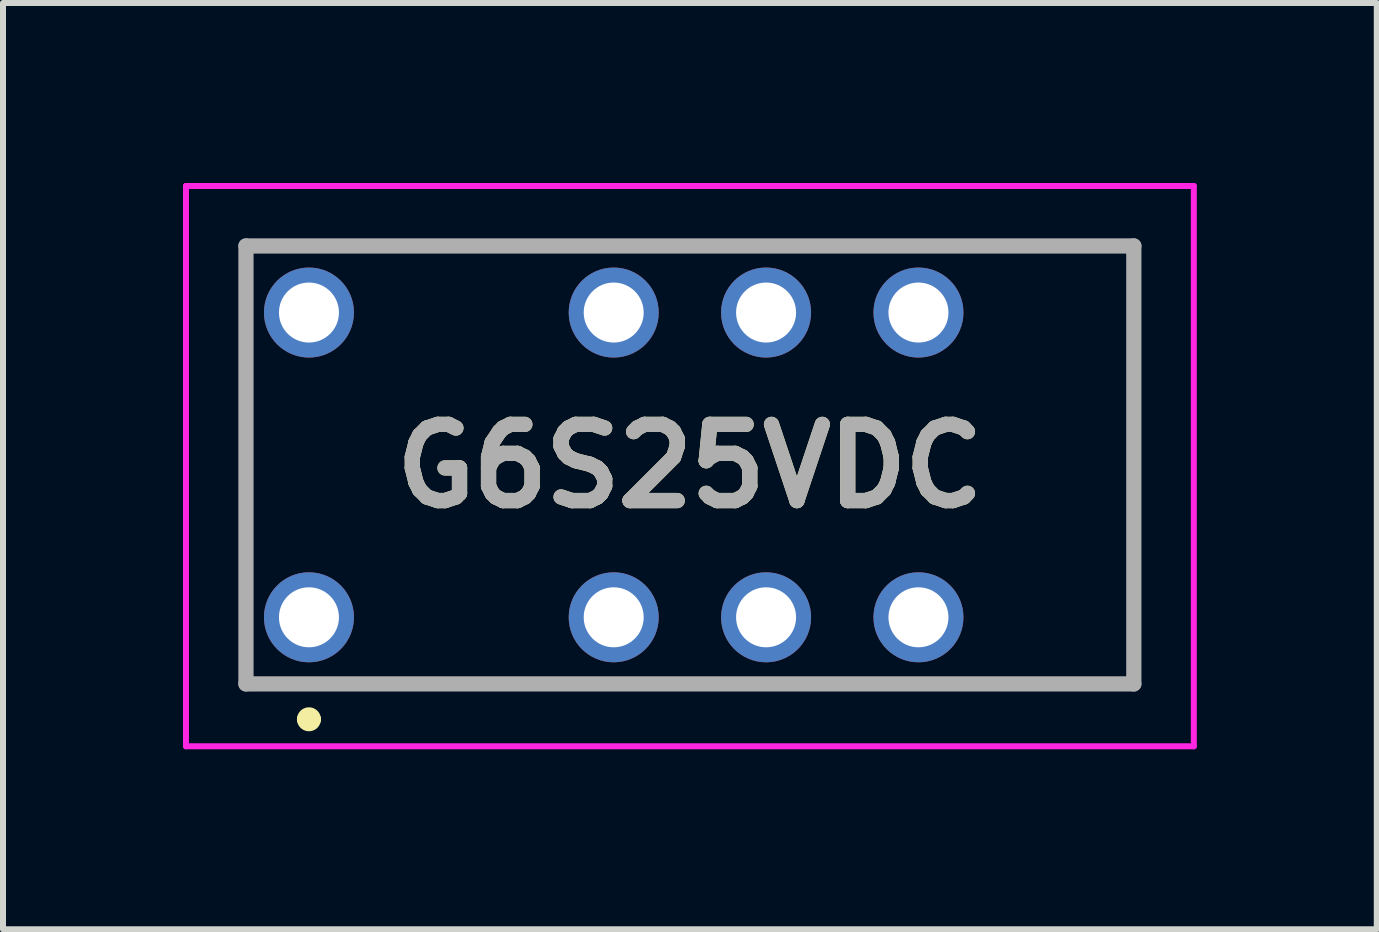
<source format=kicad_pcb>
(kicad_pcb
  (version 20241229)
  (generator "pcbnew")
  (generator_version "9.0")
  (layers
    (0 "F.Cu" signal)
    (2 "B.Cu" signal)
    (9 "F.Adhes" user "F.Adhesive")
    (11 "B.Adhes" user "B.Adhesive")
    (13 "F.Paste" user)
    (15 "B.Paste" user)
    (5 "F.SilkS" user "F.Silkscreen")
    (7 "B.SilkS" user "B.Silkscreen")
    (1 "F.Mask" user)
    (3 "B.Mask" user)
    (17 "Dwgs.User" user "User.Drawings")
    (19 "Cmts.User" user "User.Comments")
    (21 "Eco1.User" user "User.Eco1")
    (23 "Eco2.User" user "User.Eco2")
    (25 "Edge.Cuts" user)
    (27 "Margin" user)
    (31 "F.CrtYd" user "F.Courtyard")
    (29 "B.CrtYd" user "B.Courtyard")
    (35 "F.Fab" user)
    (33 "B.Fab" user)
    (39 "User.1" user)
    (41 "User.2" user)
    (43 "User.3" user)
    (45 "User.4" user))
  (footprint "G6S25VDC"
    (layer "F.Cu")
    (at 2.1 7.24)
    (property "Reference" "G6S25VDC" (at 6.35 -2.52 0) (layer "F.SilkS") (effects (font (size 1.27 1.27) (thickness 0.254))))
    (attr through_hole)
    (fp_line (start -1.05 -6.19) (end 13.75 -6.19) (stroke (width 0.1) (type solid)) (layer "F.SilkS"))
    (fp_line (start -1.05 1.11) (end -1.05 -6.19) (stroke (width 0.1) (type solid)) (layer "F.SilkS"))
    (fp_line (start -0.1 1.7) (end -0.1 1.7) (stroke (width 0.2) (type solid)) (layer "F.SilkS"))
    (fp_line (start 0.1 1.7) (end 0.1 1.7) (stroke (width 0.2) (type solid)) (layer "F.SilkS"))
    (fp_line (start 13.75 -6.19) (end 13.75 1.11) (stroke (width 0.1) (type solid)) (layer "F.SilkS"))
    (fp_line (start 13.75 1.11) (end -1.05 1.11) (stroke (width 0.1) (type solid)) (layer "F.SilkS"))
    (fp_arc (start -0.1 1.7) (mid 0 1.6) (end 0.1 1.7) (stroke (width 0.2) (type solid)) (layer "F.SilkS"))
    (fp_arc (start 0.1 1.7) (mid 0 1.8) (end -0.1 1.7) (stroke (width 0.2) (type solid)) (layer "F.SilkS"))
    (fp_line (start -2.05 -7.19) (end 14.75 -7.19) (stroke (width 0.1) (type solid)) (layer "F.CrtYd"))
    (fp_line (start -2.05 2.15) (end -2.05 -7.19) (stroke (width 0.1) (type solid)) (layer "F.CrtYd"))
    (fp_line (start 14.75 -7.19) (end 14.75 2.15) (stroke (width 0.1) (type solid)) (layer "F.CrtYd"))
    (fp_line (start 14.75 2.15) (end -2.05 2.15) (stroke (width 0.1) (type solid)) (layer "F.CrtYd"))
    (fp_line (start -1.05 -6.19) (end 13.75 -6.19) (stroke (width 0.254) (type solid)) (layer "F.Fab"))
    (fp_line (start -1.05 1.11) (end -1.05 -6.19) (stroke (width 0.254) (type solid)) (layer "F.Fab"))
    (fp_line (start 13.75 -6.19) (end 13.75 1.11) (stroke (width 0.254) (type solid)) (layer "F.Fab"))
    (fp_line (start 13.75 1.11) (end -1.05 1.11) (stroke (width 0.254) (type solid)) (layer "F.Fab"))
    (fp_text user "${REFERENCE}" (at 6.35 -2.52 0) (layer "F.Fab") (effects (font (size 1.27 1.27) (thickness 0.254))))
    (pad "1" thru_hole circle (at 0 0) (size 1.5 1.5) (drill 1) (layers "*.Cu" "*.Mask"))
    (pad "3" thru_hole circle (at 5.08 0) (size 1.5 1.5) (drill 1) (layers "*.Cu" "*.Mask"))
    (pad "4" thru_hole circle (at 7.62 0) (size 1.5 1.5) (drill 1) (layers "*.Cu" "*.Mask"))
    (pad "5" thru_hole circle (at 10.16 0) (size 1.5 1.5) (drill 1) (layers "*.Cu" "*.Mask"))
    (pad "8" thru_hole circle (at 10.16 -5.08) (size 1.5 1.5) (drill 1) (layers "*.Cu" "*.Mask"))
    (pad "9" thru_hole circle (at 7.62 -5.08) (size 1.5 1.5) (drill 1) (layers "*.Cu" "*.Mask"))
    (pad "10" thru_hole circle (at 5.08 -5.08) (size 1.5 1.5) (drill 1) (layers "*.Cu" "*.Mask"))
    (pad "12" thru_hole circle (at 0 -5.08) (size 1.5 1.5) (drill 1) (layers "*.Cu" "*.Mask")))
  (gr_rect
    (start -3 -3)
    (end 19.9 12.44)
    (stroke (width 0.1) (type default))
    (fill no)
    (layer "Edge.Cuts")))
</source>
